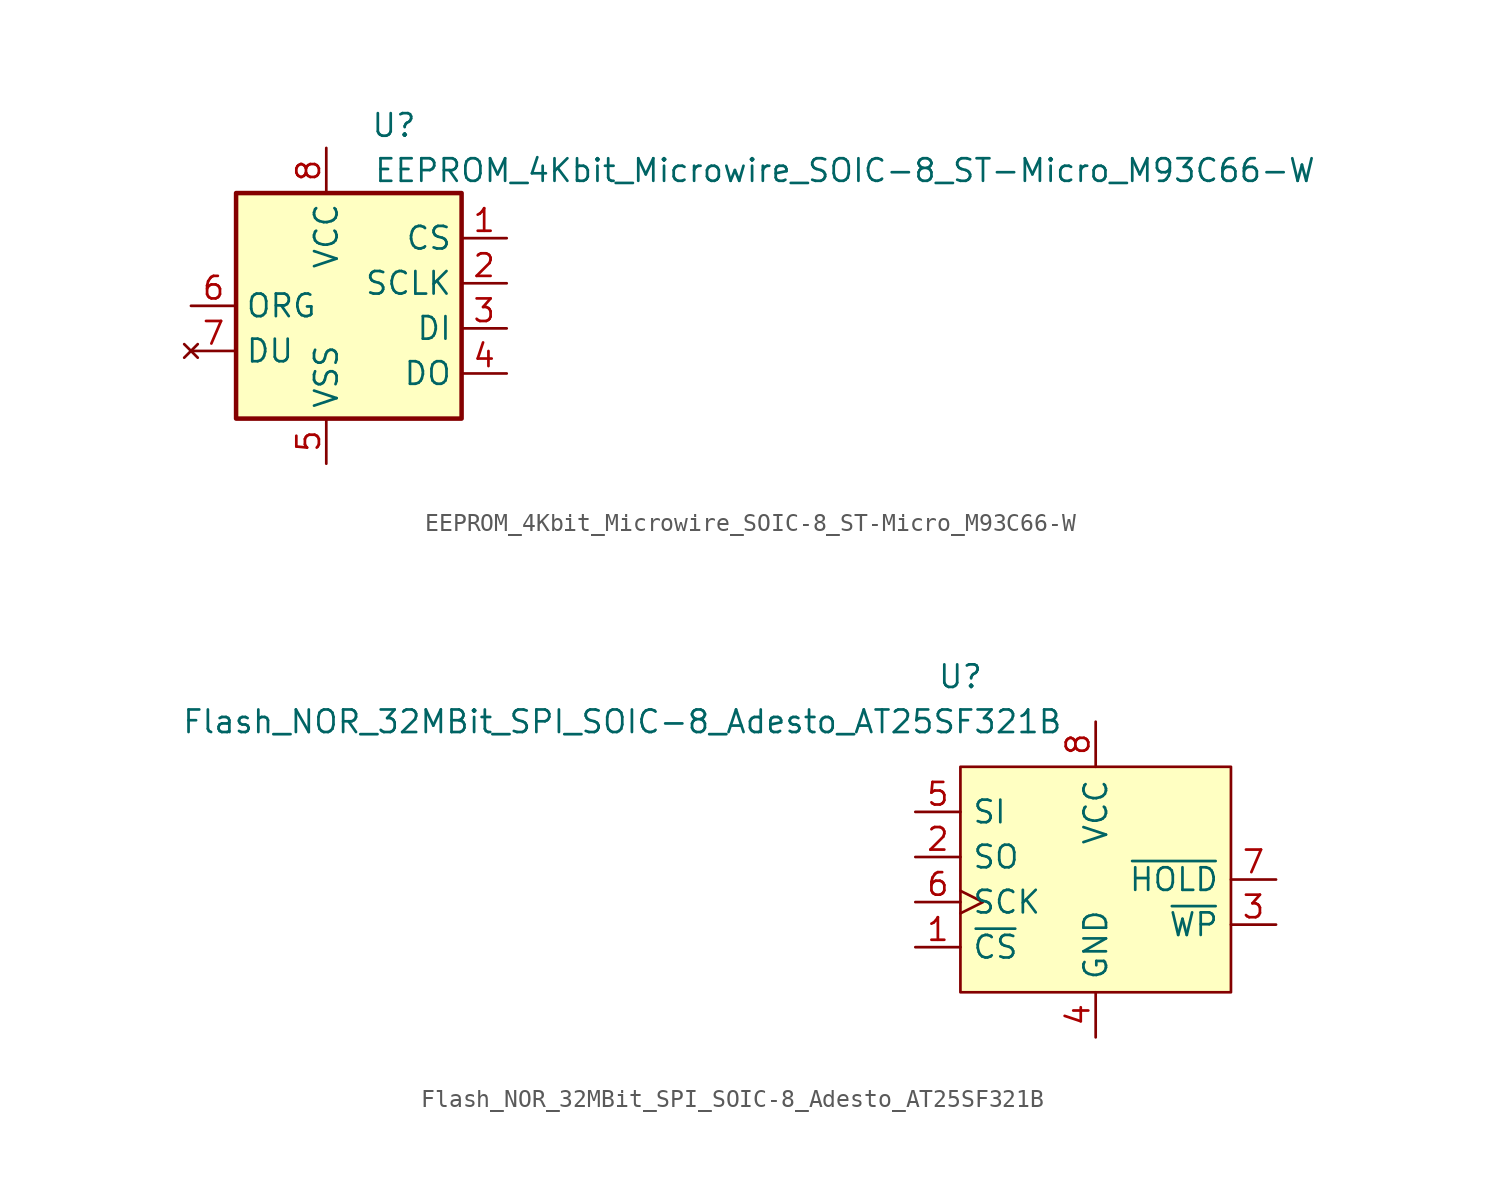
<source format=kicad_sym>
(kicad_symbol_lib
  (version 20211014)
  (generator kicad_symbol_editor)
  (symbol "EEPROM_4Kbit_Microwire_SOIC-8_ST-Micro_M93C66-W"
    (property "Reference" "U"
      (at 2.54 10.16 0)
      (effects (font (size 1.27 1.27))))
    (property "Value" "EEPROM_4Kbit_Microwire_SOIC-8_ST-Micro_M93C66-W"
      (at 27.94 7.62 0)
      (effects (font (size 1.27 1.27))))
    (symbol "EEPROM_4Kbit_Microwire_SOIC-8_ST-Micro_M93C66-W_1_1"
      (rectangle (start -6.35 6.35) (end 6.35 -6.35) (stroke (width 0.254) (type default) (color 0 0 0 0)) (fill (type background)))
      (pin input line (at 8.89 3.81 180) (length 2.54) (name "CS" (effects (font (size 1.27 1.27)))) (number "1" (effects (font (size 1.27 1.27)))))
      (pin input line (at 8.89 1.27 180) (length 2.54) (name "SCLK" (effects (font (size 1.27 1.27)))) (number "2" (effects (font (size 1.27 1.27)))))
      (pin input line (at 8.89 -1.27 180) (length 2.54) (name "DI" (effects (font (size 1.27 1.27)))) (number "3" (effects (font (size 1.27 1.27)))))
      (pin tri_state line (at 8.89 -3.81 180) (length 2.54) (name "DO" (effects (font (size 1.27 1.27)))) (number "4" (effects (font (size 1.27 1.27)))))
      (pin power_in line (at -1.27 -8.89 90) (length 2.54) (name "VSS" (effects (font (size 1.27 1.27)))) (number "5" (effects (font (size 1.27 1.27)))))
      (pin input line (at -8.89 0 0) (length 2.54) (name "ORG" (effects (font (size 1.27 1.27)))) (number "6" (effects (font (size 1.27 1.27)))))
      (pin no_connect line (at -8.89 -2.54 0) (length 2.54) (name "DU" (effects (font (size 1.27 1.27)))) (number "7" (effects (font (size 1.27 1.27)))))
      (pin power_in line (at -1.27 8.89 270) (length 2.54) (name "VCC" (effects (font (size 1.27 1.27)))) (number "8" (effects (font (size 1.27 1.27)))))))
  (symbol "Flash_NOR_32MBit_SPI_SOIC-8_Adesto_AT25SF321B"
    (pin_names
      (offset 0.635))
    (property "Reference" "U"
      (at -7.62 11.43 0)
      (effects (font (size 1.27 1.27))))
    (property "Value" "Flash_NOR_32MBit_SPI_SOIC-8_Adesto_AT25SF321B"
      (at -26.67 8.89 0)
      (effects (font (size 1.27 1.27))))
    (symbol "Flash_NOR_32MBit_SPI_SOIC-8_Adesto_AT25SF321B_0_0"
      (pin input line (at -10.16 -3.81 0) (length 2.54) (name "~{CS}" (effects (font (size 1.27 1.27)))) (number "1" (effects (font (size 1.27 1.27)))))
      (pin bidirectional line (at -10.16 1.27 0) (length 2.54) (name "SO" (effects (font (size 1.27 1.27)))) (number "2" (effects (font (size 1.27 1.27)))))
      (pin bidirectional line (at 10.16 -2.54 180) (length 2.54) (name "~{WP}" (effects (font (size 1.27 1.27)))) (number "3" (effects (font (size 1.27 1.27)))))
      (pin power_in line (at 0 -8.89 90) (length 2.54) (name "GND" (effects (font (size 1.27 1.27)))) (number "4" (effects (font (size 1.27 1.27)))))
      (pin bidirectional line (at -10.16 3.81 0) (length 2.54) (name "SI" (effects (font (size 1.27 1.27)))) (number "5" (effects (font (size 1.27 1.27)))))
      (pin input clock (at -10.16 -1.27 0) (length 2.54) (name "SCK" (effects (font (size 1.27 1.27)))) (number "6" (effects (font (size 1.27 1.27)))))
      (pin bidirectional line (at 10.16 0 180) (length 2.54) (name "~{HOLD}" (effects (font (size 1.27 1.27)))) (number "7" (effects (font (size 1.27 1.27)))))
      (pin power_in line (at 0 8.89 270) (length 2.54) (name "VCC" (effects (font (size 1.27 1.27)))) (number "8" (effects (font (size 1.27 1.27))))))
    (symbol "Flash_NOR_32MBit_SPI_SOIC-8_Adesto_AT25SF321B_0_1"
      (rectangle (start -7.62 6.35) (end 7.62 -6.35) (stroke (width 0) (type default) (color 0 0 0 0)) (fill (type background))))))
</source>
